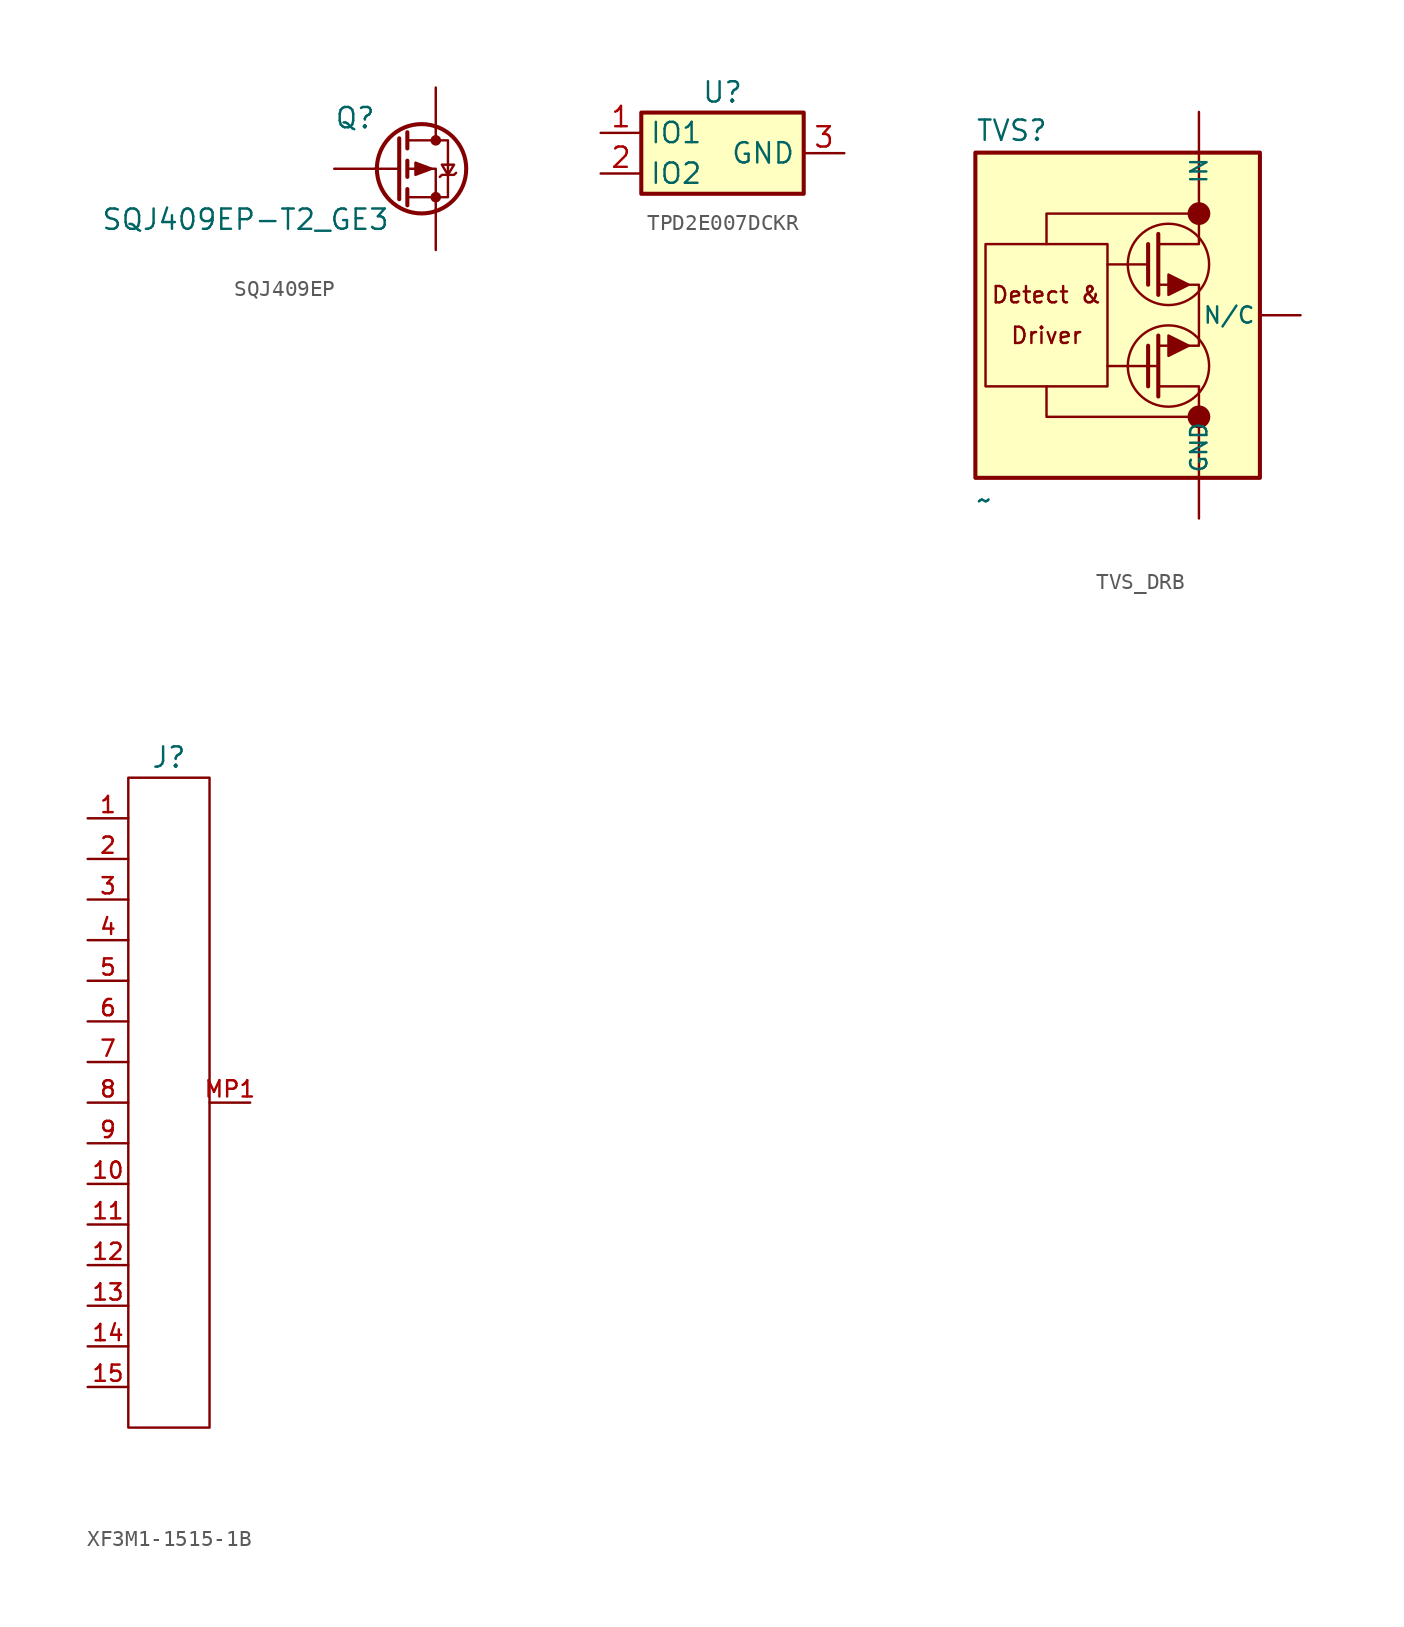
<source format=kicad_sym>
(kicad_symbol_lib
  (version 20231120)
  (generator "kicad_symbol_editor")
  (generator_version "8.0")
  (symbol "SQJ409EP"
    (pin_numbers hide)
    (pin_names hide)
    (property "Reference" "Q"
      (at -6.35 3.175 0)
      (do_not_autoplace)
      (effects (font (size 1.27 1.27)) (justify left)))
    (property "Value" "SQJ409EP-T2_GE3"
      (at -20.955 -3.175 0)
      (do_not_autoplace)
      (effects (font (size 1.27 1.27)) (justify left)))
    (symbol "SQJ409EP_0_1"
      (circle (center -0.889 0) (radius 2.794) (stroke (width 0.254) (type default)) (fill (type none)))
      (circle (center 0 -1.778) (radius 0.254) (stroke (width 0) (type default)) (fill (type outline)))
      (polyline (pts (xy -2.286 0) (xy -3.81 0)) (stroke (width 0) (type default)) (fill (type none)))
      (polyline (pts (xy -2.286 1.905) (xy -2.286 -1.905)) (stroke (width 0.254) (type default)) (fill (type none)))
      (polyline (pts (xy -1.778 -1.27) (xy -1.778 -2.286)) (stroke (width 0.254) (type default)) (fill (type none)))
      (polyline (pts (xy -1.778 0.508) (xy -1.778 -0.508)) (stroke (width 0.254) (type default)) (fill (type none)))
      (polyline (pts (xy -1.778 2.286) (xy -1.778 1.27)) (stroke (width 0.254) (type default)) (fill (type none)))
      (polyline (pts (xy 0 2.54) (xy 0 1.778)) (stroke (width 0) (type default)) (fill (type none)))
      (polyline (pts (xy 0 -2.54) (xy 0 0) (xy -1.778 0)) (stroke (width 0) (type default)) (fill (type none)))
      (polyline (pts (xy -1.778 1.778) (xy 0.762 1.778) (xy 0.762 -1.778) (xy -1.778 -1.778)) (stroke (width 0) (type default)) (fill (type none)))
      (polyline (pts (xy -0.254 0) (xy -1.27 0.381) (xy -1.27 -0.381) (xy -0.254 0)) (stroke (width 0) (type default)) (fill (type outline)))
      (polyline (pts (xy 0.254 -0.508) (xy 0.381 -0.381) (xy 1.143 -0.381) (xy 1.27 -0.254)) (stroke (width 0) (type default)) (fill (type none)))
      (polyline (pts (xy 0.762 -0.381) (xy 0.381 0.254) (xy 1.143 0.254) (xy 0.762 -0.381)) (stroke (width 0) (type default)) (fill (type none)))
      (circle (center 0 1.778) (radius 0.254) (stroke (width 0) (type default)) (fill (type outline))))
    (symbol "SQJ409EP_1_1"
      (pin passive line (at 0 -5.08 90) (length 2.54) (name "S" (effects (font (size 1.27 1.27)))) (number "1" (effects (font (size 1.27 1.27)))))
      (pin passive line (at 0 -5.08 90) (length 2.54) hide (name "S" (effects (font (size 1.27 1.27)))) (number "2" (effects (font (size 1.27 1.27)))))
      (pin passive line (at 0 -5.08 90) (length 2.54) hide (name "S" (effects (font (size 1.27 1.27)))) (number "3" (effects (font (size 1.27 1.27)))))
      (pin input line (at -6.35 0 0) (length 2.54) (name "G" (effects (font (size 1.27 1.27)))) (number "4" (effects (font (size 1.27 1.27)))))
      (pin passive line (at 0 5.08 270) (length 2.54) (name "D" (effects (font (size 1.27 1.27)))) (number "5" (effects (font (size 1.27 1.27)))))))
  (symbol "TPD2E007DCKR"
    (property "Reference" "U"
      (at 7.62 2.54 0)
      (do_not_autoplace)
      (effects (font (size 1.27 1.27))))
    (symbol "TPD2E007DCKR_1_1"
      (rectangle (start 2.54 1.27) (end 12.7 -3.81) (stroke (width 0.254) (type default)) (fill (type background)))
      (pin passive line (at 0 0 0) (length 2.54) (name "IO1" (effects (font (size 1.27 1.27)))) (number "1" (effects (font (size 1.27 1.27)))))
      (pin passive line (at 0 -2.54 0) (length 2.54) (name "IO2" (effects (font (size 1.27 1.27)))) (number "2" (effects (font (size 1.27 1.27)))))
      (pin power_in line (at 15.24 -1.27 180) (length 2.54) (name "GND" (effects (font (size 1.27 1.27)))) (number "3" (effects (font (size 1.27 1.27)))))))
  (symbol "TVS_DRB"
    (pin_numbers hide)
    (pin_names
      (offset 0.254))
    (property "Reference" "TVS"
      (at -8.89 10.795 0)
      (do_not_autoplace)
      (effects (font (size 1.27 1.27)) (justify left bottom)))
    (property "Value" "~"
      (at -8.89 -10.795 0)
      (do_not_autoplace)
      (effects (font (size 1.27 1.27)) (justify left top)))
    (symbol "TVS_DRB_0_0"
      (rectangle (start -8.255 4.445) (end -0.635 -4.445) (stroke (width 0) (type default)) (fill (type none))))
    (symbol "TVS_DRB_0_1"
      (rectangle (start -8.89 10.16) (end 8.89 -10.16) (stroke (width 0.254) (type default)) (fill (type background)))
      (polyline (pts (xy 1.905 -1.905) (xy 1.905 -4.445)) (stroke (width 0.254) (type default)) (fill (type none)))
      (polyline (pts (xy 1.905 3.175) (xy -0.635 3.175)) (stroke (width 0) (type default)) (fill (type none)))
      (polyline (pts (xy 1.905 4.445) (xy 1.905 1.905)) (stroke (width 0.254) (type default)) (fill (type none)))
      (polyline (pts (xy 2.54 -3.175) (xy -0.635 -3.175)) (stroke (width 0) (type default)) (fill (type none)))
      (polyline (pts (xy 2.54 -1.27) (xy 2.54 -5.08)) (stroke (width 0.254) (type default)) (fill (type none)))
      (polyline (pts (xy 2.54 5.08) (xy 2.54 1.27)) (stroke (width 0.254) (type default)) (fill (type none)))
      (polyline (pts (xy 8.89 -10.16) (xy 8.89 -10.16)) (stroke (width 0) (type default)) (fill (type none)))
      (polyline (pts (xy -4.445 -4.445) (xy -4.445 -6.35) (xy 5.08 -6.35)) (stroke (width 0) (type default)) (fill (type none)))
      (polyline (pts (xy -4.445 4.445) (xy -4.445 6.35) (xy 5.08 6.35)) (stroke (width 0) (type default)) (fill (type none)))
      (polyline (pts (xy 2.54 -4.445) (xy 5.08 -4.445) (xy 5.08 -10.16)) (stroke (width 0) (type default)) (fill (type none)))
      (polyline (pts (xy 2.54 4.445) (xy 5.08 4.445) (xy 5.08 10.16)) (stroke (width 0) (type default)) (fill (type none)))
      (polyline (pts (xy 2.54 -1.905) (xy 5.08 -1.905) (xy 5.08 1.905) (xy 2.54 1.905)) (stroke (width 0) (type default)) (fill (type none)))
      (polyline (pts (xy 4.445 -1.905) (xy 3.175 -1.27) (xy 3.175 -2.54) (xy 4.445 -1.905)) (stroke (width 0) (type default)) (fill (type outline)))
      (polyline (pts (xy 4.445 1.905) (xy 3.175 2.54) (xy 3.175 1.27) (xy 4.445 1.905)) (stroke (width 0) (type default)) (fill (type outline)))
      (circle (center 3.175 -3.175) (radius 2.54) (stroke (width 0) (type default)) (fill (type none)))
      (circle (center 3.175 3.175) (radius 2.54) (stroke (width 0) (type default)) (fill (type none)))
      (circle (center 5.08 -6.35) (radius 0.635) (stroke (width 0) (type default)) (fill (type outline)))
      (circle (center 5.08 6.35) (radius 0.635) (stroke (width 0) (type default)) (fill (type outline)))
      (pin power_in line (at 5.08 12.7 270) (length 2.54) (name "IN" (effects (font (size 1.016 1.016)))) (number "1" (effects (font (size 1.016 1.016)))))
      (pin passive line (at 5.08 12.7 270) (length 2.54) hide (name "IN" (effects (font (size 1.016 1.016)))) (number "2" (effects (font (size 1.016 1.016)))))
      (pin passive line (at 5.08 12.7 270) (length 2.54) hide (name "IN" (effects (font (size 1.016 1.016)))) (number "4" (effects (font (size 1.016 1.016)))))
      (pin power_in line (at 5.08 -12.7 90) (length 2.54) (name "GND" (effects (font (size 1.016 1.016)))) (number "5" (effects (font (size 1.016 1.016)))))
      (pin passive line (at 5.08 -12.7 90) (length 2.54) hide (name "GND" (effects (font (size 1.016 1.016)))) (number "6" (effects (font (size 1.016 1.016)))))
      (pin passive line (at 5.08 -12.7 90) (length 2.54) hide (name "GND" (effects (font (size 1.016 1.016)))) (number "7" (effects (font (size 1.016 1.016))))))
    (symbol "TVS_DRB_1_0"
      (text "Detect &" (at -4.445 1.27 0) (effects (font (size 1.016 1.016))))
      (text "Driver" (at -4.445 -1.27 0) (effects (font (size 1.016 1.016)))))
    (symbol "TVS_DRB_1_1"
      (pin passive line (at 5.08 12.7 270) (length 2.54) hide (name "IN" (effects (font (size 1.016 1.016)))) (number "3" (effects (font (size 1.016 1.016)))))
      (pin passive line (at 5.08 -12.7 90) (length 2.54) hide (name "GND" (effects (font (size 1.016 1.016)))) (number "8" (effects (font (size 1.016 1.016)))))
      (pin passive line (at 11.43 0 180) (length 2.54) (name "N/C" (effects (font (size 1.016 1.016)))) (number "9" (effects (font (size 1.016 1.016)))) (alternate "EPAD" passive line))))
  (symbol "XF3M1-1515-1B"
    (pin_names hide)
    (property "Reference" "J"
      (at 0 21.59 0)
      (do_not_autoplace)
      (effects (font (size 1.27 1.27))))
    (property "Value" ""
      (at 5.08 -21.59 0)
      (do_not_autoplace)
      (effects (font (size 1.27 1.27))))
    (symbol "XF3M1-1515-1B_0_0"
      (pin passive line (at -5.08 17.78 0) (length 2.54) (name "" (effects (font (size 1.016 1.016)))) (number "1" (effects (font (size 1.016 1.016)))))
      (pin passive line (at -5.08 -5.08 0) (length 2.54) (name "" (effects (font (size 1.016 1.016)))) (number "10" (effects (font (size 1.016 1.016)))))
      (pin passive line (at -5.08 -7.62 0) (length 2.54) (name "" (effects (font (size 1.016 1.016)))) (number "11" (effects (font (size 1.016 1.016)))))
      (pin passive line (at -5.08 -10.16 0) (length 2.54) (name "" (effects (font (size 1.016 1.016)))) (number "12" (effects (font (size 1.016 1.016)))))
      (pin passive line (at -5.08 -12.7 0) (length 2.54) (name "" (effects (font (size 1.016 1.016)))) (number "13" (effects (font (size 1.016 1.016)))))
      (pin passive line (at -5.08 -15.24 0) (length 2.54) (name "" (effects (font (size 1.016 1.016)))) (number "14" (effects (font (size 1.016 1.016)))))
      (pin passive line (at -5.08 -17.78 0) (length 2.54) (name "" (effects (font (size 1.016 1.016)))) (number "15" (effects (font (size 1.016 1.016)))))
      (pin passive line (at -5.08 15.24 0) (length 2.54) (name "" (effects (font (size 1.016 1.016)))) (number "2" (effects (font (size 1.016 1.016)))))
      (pin passive line (at -5.08 12.7 0) (length 2.54) (name "" (effects (font (size 1.016 1.016)))) (number "3" (effects (font (size 1.016 1.016)))))
      (pin passive line (at -5.08 10.16 0) (length 2.54) (name "" (effects (font (size 1.016 1.016)))) (number "4" (effects (font (size 1.016 1.016)))))
      (pin passive line (at -5.08 7.62 0) (length 2.54) (name "" (effects (font (size 1.016 1.016)))) (number "5" (effects (font (size 1.016 1.016)))))
      (pin passive line (at -5.08 5.08 0) (length 2.54) (name "" (effects (font (size 1.016 1.016)))) (number "6" (effects (font (size 1.016 1.016)))))
      (pin passive line (at -5.08 2.54 0) (length 2.54) (name "" (effects (font (size 1.016 1.016)))) (number "7" (effects (font (size 1.016 1.016)))))
      (pin passive line (at -5.08 0 0) (length 2.54) (name "" (effects (font (size 1.016 1.016)))) (number "8" (effects (font (size 1.016 1.016)))))
      (pin passive line (at -5.08 -2.54 0) (length 2.54) (name "" (effects (font (size 1.016 1.016)))) (number "9" (effects (font (size 1.016 1.016))))))
    (symbol "XF3M1-1515-1B_0_1"
      (rectangle (start -2.54 20.32) (end 2.54 -20.32) (stroke (width 0) (type default)) (fill (type none))))
    (symbol "XF3M1-1515-1B_1_0"
      (pin passive line (at 5.08 0 180) (length 2.54) (name "" (effects (font (size 1.016 1.016)))) (number "MP1" (effects (font (size 1.016 1.016)))))
      (pin passive line (at 5.08 0 180) (length 2.54) hide (name "" (effects (font (size 1.016 1.016)))) (number "MP2" (effects (font (size 1.016 1.016))))))))
</source>
